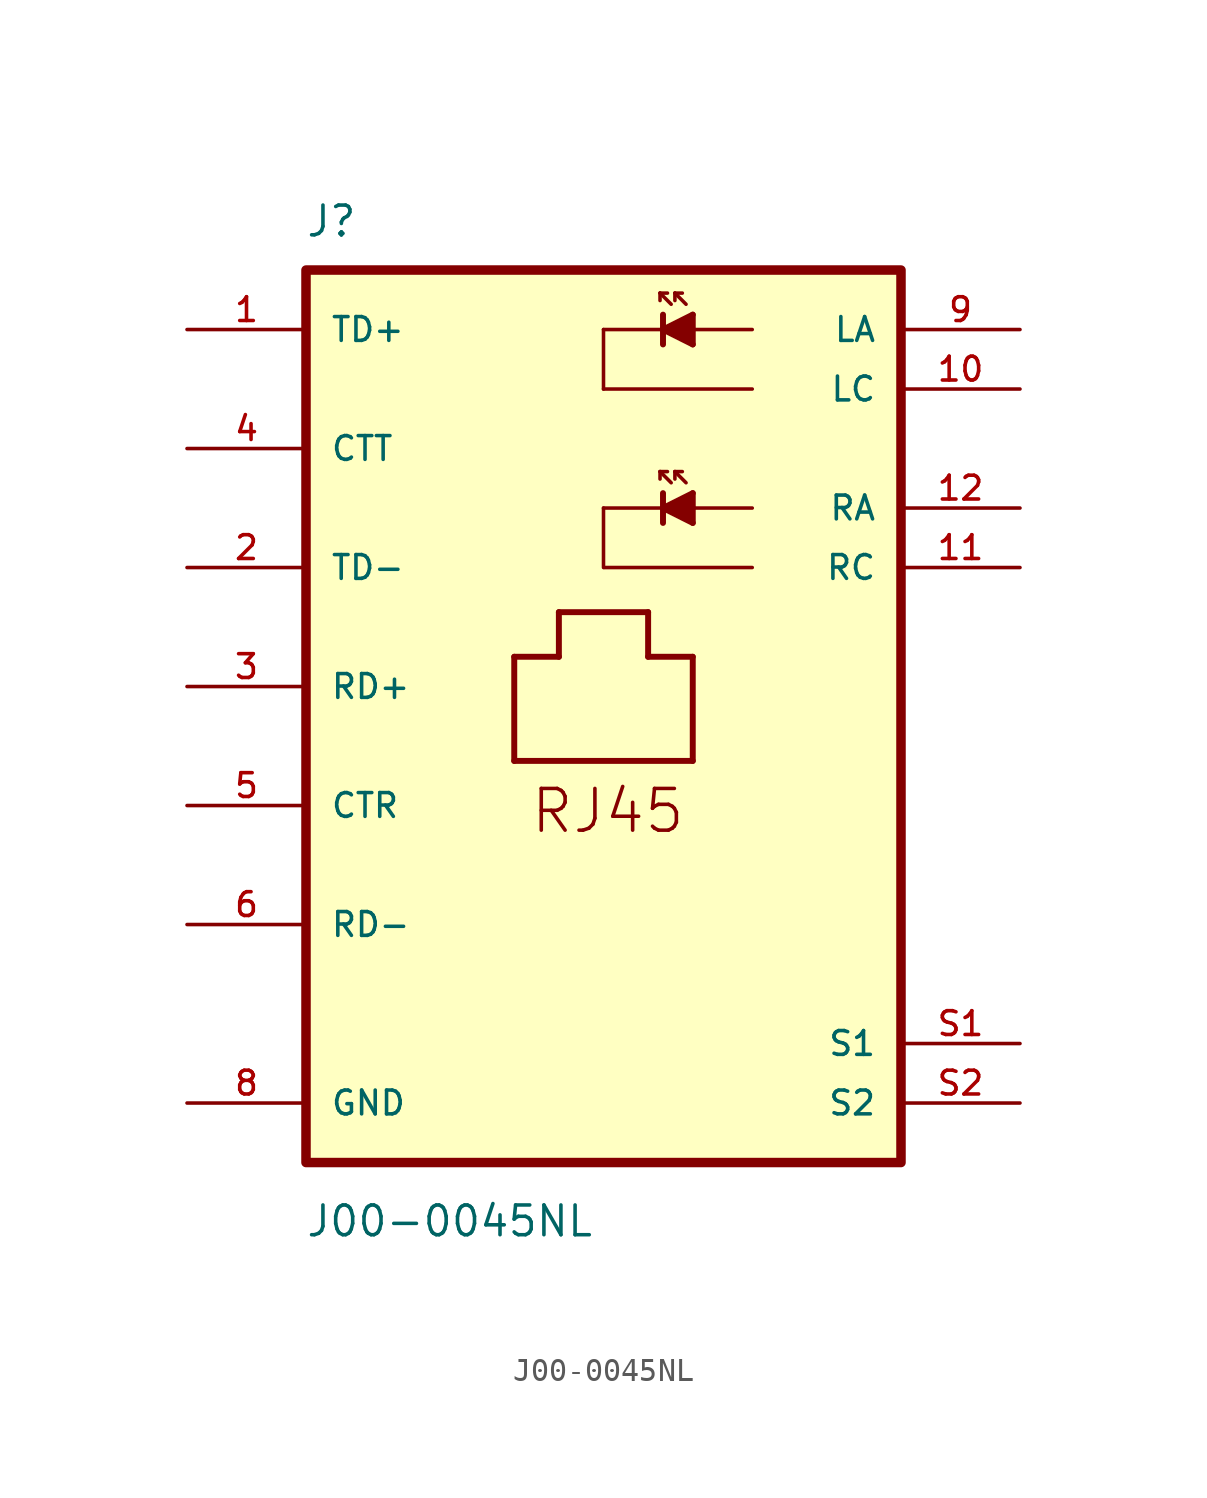
<source format=kicad_sym>
(kicad_symbol_lib
  (version 20211014)
  (generator kicad_symbol_editor)
  (symbol "J00-0045NL"
    (pin_names
      (offset 1.016))
    (property "Reference" "J"
      (at -12.742 21.661 0)
      (effects (font (size 1.27 1.27)) (justify bottom left)))
    (property "Value" "J00-0045NL"
      (at -12.743 -21.025 0)
      (effects (font (size 1.27 1.27)) (justify bottom left)))
    (symbol "J00-0045NL_0_0"
      (polyline (pts (xy 6.35 17.78) (xy 3.81 17.78)) (stroke (width 0.152)))
      (polyline (pts (xy 3.81 17.78) (xy 3.81 17.145)) (stroke (width 0.254)))
      (polyline (pts (xy 3.81 17.145) (xy 2.54 17.78)) (stroke (width 0.254)))
      (polyline (pts (xy 2.54 17.78) (xy 3.81 18.415)) (stroke (width 0.254)))
      (polyline (pts (xy 3.81 18.415) (xy 3.81 17.78)) (stroke (width 0.254)))
      (polyline (pts (xy 2.54 18.415) (xy 2.54 17.78)) (stroke (width 0.254)))
      (polyline (pts (xy 2.54 17.78) (xy 2.54 17.145)) (stroke (width 0.254)))
      (polyline (pts (xy 2.54 17.78) (xy 0.0 17.78)) (stroke (width 0.152)))
      (polyline (pts (xy 0.0 17.78) (xy 0.0 15.24)) (stroke (width 0.152)))
      (polyline (pts (xy 6.35 10.16) (xy 3.81 10.16)) (stroke (width 0.152)))
      (polyline (pts (xy 3.81 10.16) (xy 3.81 9.525)) (stroke (width 0.254)))
      (polyline (pts (xy 3.81 9.525) (xy 2.54 10.16)) (stroke (width 0.254)))
      (polyline (pts (xy 2.54 10.16) (xy 3.81 10.795)) (stroke (width 0.254)))
      (polyline (pts (xy 3.81 10.795) (xy 3.81 10.16)) (stroke (width 0.254)))
      (polyline (pts (xy 2.54 10.795) (xy 2.54 10.16)) (stroke (width 0.254)))
      (polyline (pts (xy 2.54 10.16) (xy 2.54 9.525)) (stroke (width 0.254)))
      (polyline (pts (xy 2.54 10.16) (xy 0.0 10.16)) (stroke (width 0.152)))
      (polyline (pts (xy 0.0 10.16) (xy 0.0 7.62)) (stroke (width 0.152)))
      (polyline (pts (xy -3.81 3.81) (xy -1.905 3.81)) (stroke (width 0.254)))
      (polyline (pts (xy -1.905 3.81) (xy -1.905 5.715)) (stroke (width 0.254)))
      (polyline (pts (xy -1.905 5.715) (xy 1.905 5.715)) (stroke (width 0.254)))
      (polyline (pts (xy 1.905 5.715) (xy 1.905 3.81)) (stroke (width 0.254)))
      (polyline (pts (xy 1.905 3.81) (xy 3.81 3.81)) (stroke (width 0.254)))
      (polyline (pts (xy 3.81 3.81) (xy 3.81 -0.635)) (stroke (width 0.254)))
      (polyline (pts (xy 3.81 -0.635) (xy -3.81 -0.635)) (stroke (width 0.254)))
      (polyline (pts (xy -3.81 -0.635) (xy -3.81 3.81)) (stroke (width 0.254)))
      (polyline (pts (xy 2.889 18.859) (xy 2.413 19.336)) (stroke (width 0.152)))
      (polyline (pts (xy 2.413 19.336) (xy 2.731 19.336)) (stroke (width 0.152)))
      (polyline (pts (xy 2.413 19.336) (xy 2.413 19.018)) (stroke (width 0.152)))
      (polyline (pts (xy 3.524 18.859) (xy 3.048 19.336)) (stroke (width 0.152)))
      (polyline (pts (xy 3.048 19.336) (xy 3.365 19.336)) (stroke (width 0.152)))
      (polyline (pts (xy 3.048 19.336) (xy 3.048 19.018)) (stroke (width 0.152)))
      (polyline (pts (xy 6.35 15.24) (xy 0.0 15.24)) (stroke (width 0.152)))
      (polyline (pts (xy 6.35 7.62) (xy 0.032 7.62)) (stroke (width 0.152)))
      (polyline (pts (xy 2.889 11.239) (xy 2.413 11.716)) (stroke (width 0.152)))
      (polyline (pts (xy 2.413 11.716) (xy 2.731 11.716)) (stroke (width 0.152)))
      (polyline (pts (xy 2.413 11.716) (xy 2.413 11.398)) (stroke (width 0.152)))
      (polyline (pts (xy 3.524 11.239) (xy 3.048 11.716)) (stroke (width 0.152)))
      (polyline (pts (xy 3.048 11.716) (xy 3.365 11.716)) (stroke (width 0.152)))
      (polyline (pts (xy 3.048 11.716) (xy 3.048 11.398)) (stroke (width 0.152)))
      (text "RJ45" (at -3.181 -3.817 0) (effects (font (size 1.781 1.781)) (justify bottom left)))
      (polyline (pts (xy 2.667 17.78) (xy 3.81 18.415) (xy 3.81 17.145) (xy 2.667 17.78)) (stroke (width 0.152)) (fill (type outline)))
      (polyline (pts (xy 3.81 10.795) (xy 2.54 10.16) (xy 3.81 9.525) (xy 3.81 10.795)) (stroke (width 0.152)) (fill (type outline)))
      (rectangle (start -12.7 -17.78) (end 12.7 20.32) (stroke (width 0.406)) (fill (type background)))
      (pin passive line (at -17.78 -7.62 0) (length 5.08) (name "RD-" (effects (font (size 1.016 1.016)))) (number "6" (effects (font (size 1.016 1.016)))))
      (pin passive line (at -17.78 2.54 0) (length 5.08) (name "RD+" (effects (font (size 1.016 1.016)))) (number "3" (effects (font (size 1.016 1.016)))))
      (pin passive line (at -17.78 -2.54 0) (length 5.08) (name "CTR" (effects (font (size 1.016 1.016)))) (number "5" (effects (font (size 1.016 1.016)))))
      (pin passive line (at -17.78 7.62 0) (length 5.08) (name "TD-" (effects (font (size 1.016 1.016)))) (number "2" (effects (font (size 1.016 1.016)))))
      (pin passive line (at -17.78 17.78 0) (length 5.08) (name "TD+" (effects (font (size 1.016 1.016)))) (number "1" (effects (font (size 1.016 1.016)))))
      (pin passive line (at -17.78 12.7 0) (length 5.08) (name "CTT" (effects (font (size 1.016 1.016)))) (number "4" (effects (font (size 1.016 1.016)))))
      (pin passive line (at 17.78 17.78 180.0) (length 5.08) (name "LA" (effects (font (size 1.016 1.016)))) (number "9" (effects (font (size 1.016 1.016)))))
      (pin passive line (at 17.78 15.24 180.0) (length 5.08) (name "LC" (effects (font (size 1.016 1.016)))) (number "10" (effects (font (size 1.016 1.016)))))
      (pin passive line (at 17.78 10.16 180.0) (length 5.08) (name "RA" (effects (font (size 1.016 1.016)))) (number "12" (effects (font (size 1.016 1.016)))))
      (pin passive line (at 17.78 7.62 180.0) (length 5.08) (name "RC" (effects (font (size 1.016 1.016)))) (number "11" (effects (font (size 1.016 1.016)))))
      (pin passive line (at -17.78 -15.24 0) (length 5.08) (name "GND" (effects (font (size 1.016 1.016)))) (number "8" (effects (font (size 1.016 1.016)))))
      (pin passive line (at 17.78 -12.7 180.0) (length 5.08) (name "S1" (effects (font (size 1.016 1.016)))) (number "S1" (effects (font (size 1.016 1.016)))))
      (pin passive line (at 17.78 -15.24 180.0) (length 5.08) (name "S2" (effects (font (size 1.016 1.016)))) (number "S2" (effects (font (size 1.016 1.016))))))))
</source>
